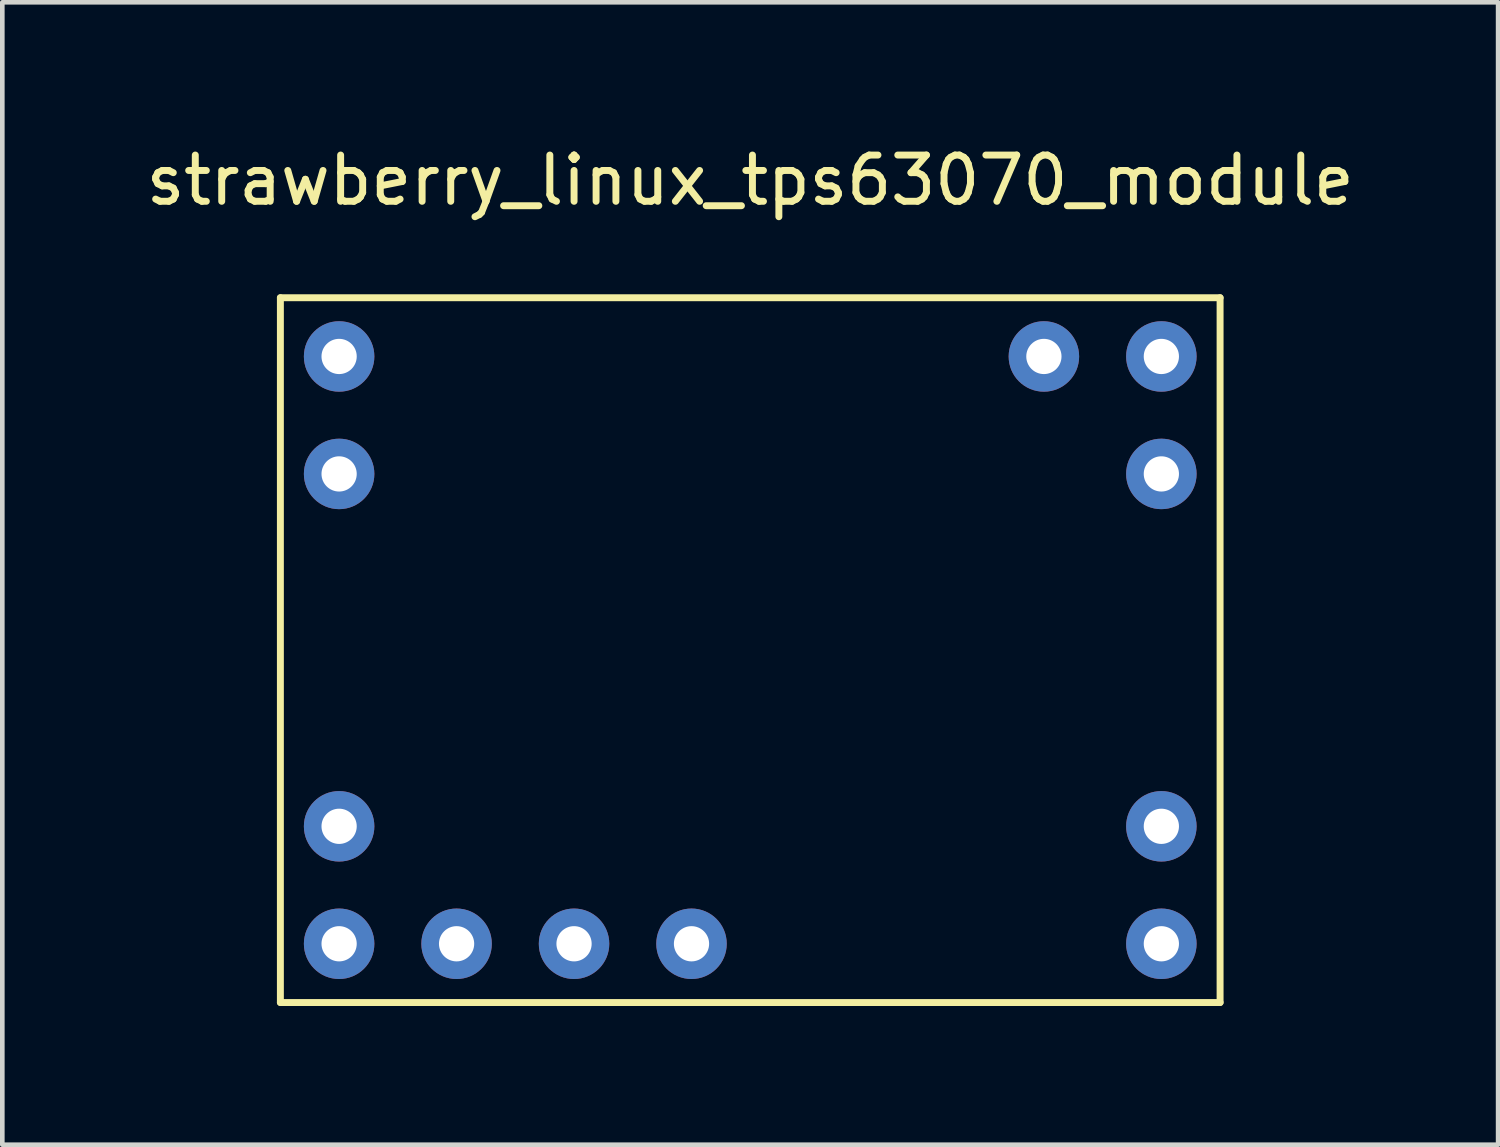
<source format=kicad_pcb>
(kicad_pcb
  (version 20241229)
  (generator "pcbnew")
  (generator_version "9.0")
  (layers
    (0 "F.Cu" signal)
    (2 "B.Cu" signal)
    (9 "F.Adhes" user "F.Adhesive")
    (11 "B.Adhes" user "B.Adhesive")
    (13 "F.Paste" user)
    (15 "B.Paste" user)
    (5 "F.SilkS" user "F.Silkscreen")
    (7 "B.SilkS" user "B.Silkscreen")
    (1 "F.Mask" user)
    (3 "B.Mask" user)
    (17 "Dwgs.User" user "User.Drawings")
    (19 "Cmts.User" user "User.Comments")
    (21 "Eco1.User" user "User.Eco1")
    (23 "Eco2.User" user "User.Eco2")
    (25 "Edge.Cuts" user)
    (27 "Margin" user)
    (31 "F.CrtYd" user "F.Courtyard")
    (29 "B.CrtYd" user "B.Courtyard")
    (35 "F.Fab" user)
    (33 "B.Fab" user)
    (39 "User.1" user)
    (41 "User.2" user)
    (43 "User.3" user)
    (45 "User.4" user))
  (footprint "strawberry_linux_tps63070_module"
    (layer "F.Cu")
    (at 13.173 3.388)
    (property "Reference" "strawberry_linux_tps63070_module" (at 0 -2.54 0) (layer "F.SilkS") (effects (font (size 1 1) (thickness 0.15))))
    (attr through_hole)
    (fp_line (start -10.16 0) (end -10.16 15.24) (stroke (width 0.15) (type solid)) (layer "F.SilkS"))
    (fp_line (start -10.16 15.24) (end 10.16 15.24) (stroke (width 0.15) (type solid)) (layer "F.SilkS"))
    (fp_line (start 10.16 0) (end -10.16 0) (stroke (width 0.15) (type solid)) (layer "F.SilkS"))
    (fp_line (start 10.16 15.24) (end 10.16 0) (stroke (width 0.15) (type solid)) (layer "F.SilkS"))
    (pad "1" thru_hole circle (at -8.89 1.27) (size 1.524 1.524) (drill 0.762) (layers "*.Cu" "*.Mask"))
    (pad "1" thru_hole circle (at -8.89 3.81) (size 1.524 1.524) (drill 0.762) (layers "*.Cu" "*.Mask"))
    (pad "2" thru_hole circle (at -8.89 11.43) (size 1.524 1.524) (drill 0.762) (layers "*.Cu" "*.Mask"))
    (pad "2" thru_hole circle (at -8.89 13.97) (size 1.524 1.524) (drill 0.762) (layers "*.Cu" "*.Mask"))
    (pad "3" thru_hole circle (at -6.35 13.97) (size 1.524 1.524) (drill 0.762) (layers "*.Cu" "*.Mask"))
    (pad "4" thru_hole circle (at -3.81 13.97) (size 1.524 1.524) (drill 0.762) (layers "*.Cu" "*.Mask"))
    (pad "5" thru_hole circle (at -1.27 13.97) (size 1.524 1.524) (drill 0.762) (layers "*.Cu" "*.Mask"))
    (pad "6" thru_hole circle (at 8.89 11.43) (size 1.524 1.524) (drill 0.762) (layers "*.Cu" "*.Mask"))
    (pad "6" thru_hole circle (at 8.89 13.97) (size 1.524 1.524) (drill 0.762) (layers "*.Cu" "*.Mask"))
    (pad "7" thru_hole circle (at 6.35 1.27) (size 1.524 1.524) (drill 0.762) (layers "*.Cu" "*.Mask"))
    (pad "7" thru_hole circle (at 8.89 1.27) (size 1.524 1.524) (drill 0.762) (layers "*.Cu" "*.Mask"))
    (pad "7" thru_hole circle (at 8.89 3.81) (size 1.524 1.524) (drill 0.762) (layers "*.Cu" "*.Mask")))
  (gr_rect
    (start -3 -3)
    (end 29.345 21.703)
    (stroke (width 0.1) (type default))
    (fill no)
    (layer "Edge.Cuts")))
</source>
